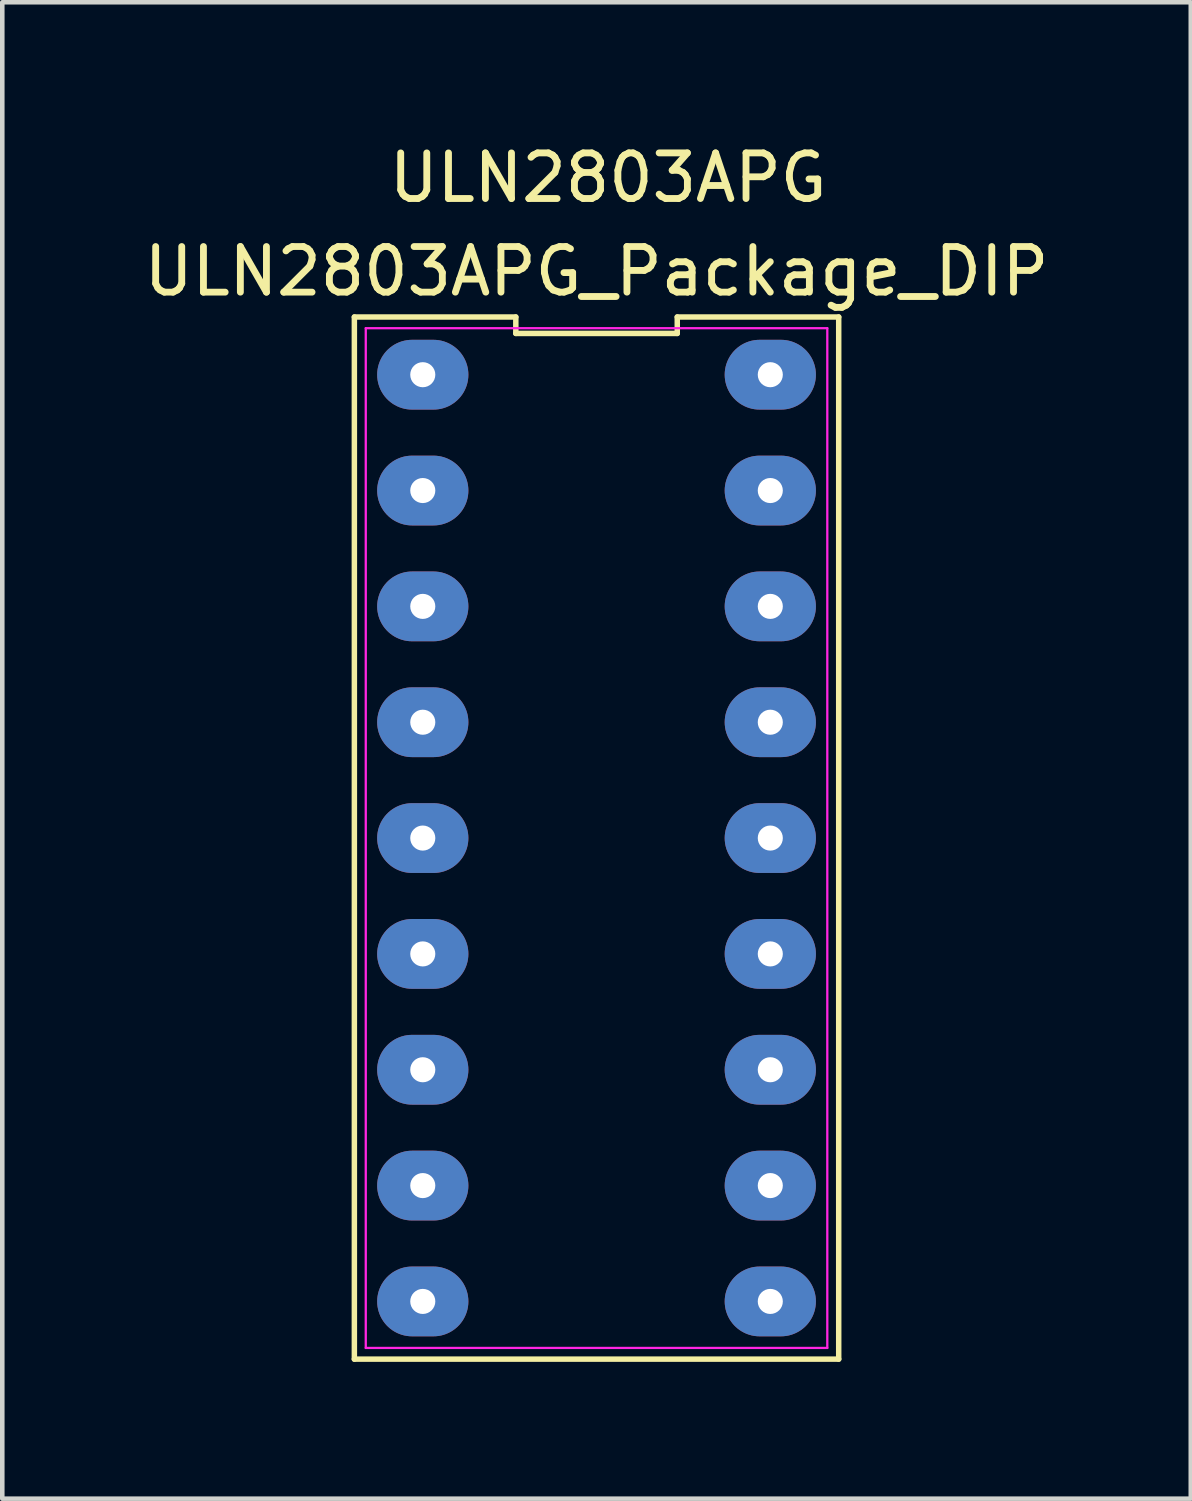
<source format=kicad_pcb>
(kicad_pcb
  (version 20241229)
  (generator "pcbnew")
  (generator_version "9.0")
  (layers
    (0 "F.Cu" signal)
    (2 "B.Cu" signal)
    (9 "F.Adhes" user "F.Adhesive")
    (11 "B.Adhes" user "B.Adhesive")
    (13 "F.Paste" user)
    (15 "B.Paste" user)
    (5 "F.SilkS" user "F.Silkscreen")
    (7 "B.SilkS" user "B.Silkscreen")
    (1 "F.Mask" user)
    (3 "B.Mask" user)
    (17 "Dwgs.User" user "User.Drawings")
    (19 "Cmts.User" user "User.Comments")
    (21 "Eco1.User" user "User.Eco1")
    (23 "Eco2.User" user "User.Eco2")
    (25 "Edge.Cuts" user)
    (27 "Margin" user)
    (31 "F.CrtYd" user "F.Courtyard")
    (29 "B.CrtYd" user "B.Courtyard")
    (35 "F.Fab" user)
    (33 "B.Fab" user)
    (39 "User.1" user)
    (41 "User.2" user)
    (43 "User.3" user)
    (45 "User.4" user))
  (footprint "ULN2803APG_Package_DIP"
    (layer "F.Cu")
    (at 10.284 14.31)
    (property "Reference" "ULN2803APG_Package_DIP" (at -0.254 -11.409 0) (layer "F.SilkS") (effects (font (size 1 1) (thickness 0.15))))
    (fp_line (start -5.564 12.441) (end 5.056 12.441) (stroke (width 0.12) (type solid)) (layer "F.SilkS"))
    (fp_line (start -5.564 -10.409) (end -5.564 12.441) (stroke (width 0.12) (type solid)) (layer "F.SilkS"))
    (fp_line (start -2.024 -10.409) (end -5.564 -10.409) (stroke (width 0.12) (type solid)) (layer "F.SilkS"))
    (fp_line (start -2.024 -10.049) (end -2.024 -10.409) (stroke (width 0.12) (type solid)) (layer "F.SilkS"))
    (fp_line (start 1.516 -10.409) (end 1.516 -10.049) (stroke (width 0.12) (type solid)) (layer "F.SilkS"))
    (fp_line (start 1.516 -10.049) (end -2.024 -10.049) (stroke (width 0.12) (type solid)) (layer "F.SilkS"))
    (fp_line (start 5.056 12.441) (end 5.056 -10.409) (stroke (width 0.12) (type solid)) (layer "F.SilkS"))
    (fp_line (start 5.056 -10.409) (end 1.516 -10.409) (stroke (width 0.12) (type solid)) (layer "F.SilkS"))
    (fp_line (start -5.314 -10.164) (end 4.806 -10.164) (stroke (width 0.05) (type solid)) (layer "F.CrtYd"))
    (fp_line (start -5.314 12.196) (end -5.314 -10.164) (stroke (width 0.05) (type solid)) (layer "F.CrtYd"))
    (fp_line (start 4.806 -10.164) (end 4.806 12.196) (stroke (width 0.05) (type solid)) (layer "F.CrtYd"))
    (fp_line (start 4.806 12.196) (end -5.314 12.196) (stroke (width 0.05) (type solid)) (layer "F.CrtYd"))
    (fp_text user "ULN2803APG" (at 0 -13.462 0) (unlocked yes) (layer "F.SilkS") (effects (font (size 1 1) (thickness 0.15))))
    (pad "1" thru_hole oval (at -4.064 -9.144 270) (size 1.53 2) (drill 0.55) (layers "*.Cu" "*.Mask"))
    (pad "2" thru_hole oval (at -4.064 -6.604 270) (size 1.53 2) (drill 0.55) (layers "*.Cu" "*.Mask"))
    (pad "3" thru_hole oval (at -4.064 -4.064 270) (size 1.53 2) (drill 0.55) (layers "*.Cu" "*.Mask"))
    (pad "4" thru_hole oval (at -4.064 -1.524 270) (size 1.53 2) (drill 0.55) (layers "*.Cu" "*.Mask"))
    (pad "5" thru_hole oval (at -4.064 1.016 270) (size 1.53 2) (drill 0.55) (layers "*.Cu" "*.Mask"))
    (pad "6" thru_hole oval (at -4.064 3.556 270) (size 1.53 2) (drill 0.55) (layers "*.Cu" "*.Mask"))
    (pad "7" thru_hole oval (at -4.064 6.096 270) (size 1.53 2) (drill 0.55) (layers "*.Cu" "*.Mask"))
    (pad "8" thru_hole oval (at -4.064 8.636 270) (size 1.53 2) (drill 0.55) (layers "*.Cu" "*.Mask"))
    (pad "9" thru_hole oval (at -4.064 11.176 270) (size 1.53 2) (drill 0.55) (layers "*.Cu" "*.Mask"))
    (pad "10" thru_hole oval (at 3.556 11.176 270) (size 1.53 2) (drill 0.55) (layers "*.Cu" "*.Mask"))
    (pad "11" thru_hole oval (at 3.556 8.636 270) (size 1.53 2) (drill 0.55) (layers "*.Cu" "*.Mask"))
    (pad "12" thru_hole oval (at 3.556 6.096 270) (size 1.53 2) (drill 0.55) (layers "*.Cu" "*.Mask"))
    (pad "13" thru_hole oval (at 3.556 3.556 270) (size 1.53 2) (drill 0.55) (layers "*.Cu" "*.Mask"))
    (pad "14" thru_hole oval (at 3.556 1.016 270) (size 1.53 2) (drill 0.55) (layers "*.Cu" "*.Mask"))
    (pad "15" thru_hole oval (at 3.556 -1.524 270) (size 1.53 2) (drill 0.55) (layers "*.Cu" "*.Mask"))
    (pad "16" thru_hole oval (at 3.556 -4.064 270) (size 1.53 2) (drill 0.55) (layers "*.Cu" "*.Mask"))
    (pad "17" thru_hole oval (at 3.556 -6.604 270) (size 1.53 2) (drill 0.55) (layers "*.Cu" "*.Mask"))
    (pad "18" thru_hole oval (at 3.556 -9.144 270) (size 1.53 2) (drill 0.55) (layers "*.Cu" "*.Mask")))
  (gr_rect
    (start -3 -3)
    (end 23.06 29.811)
    (stroke (width 0.1) (type default))
    (fill no)
    (layer "Edge.Cuts")))
</source>
